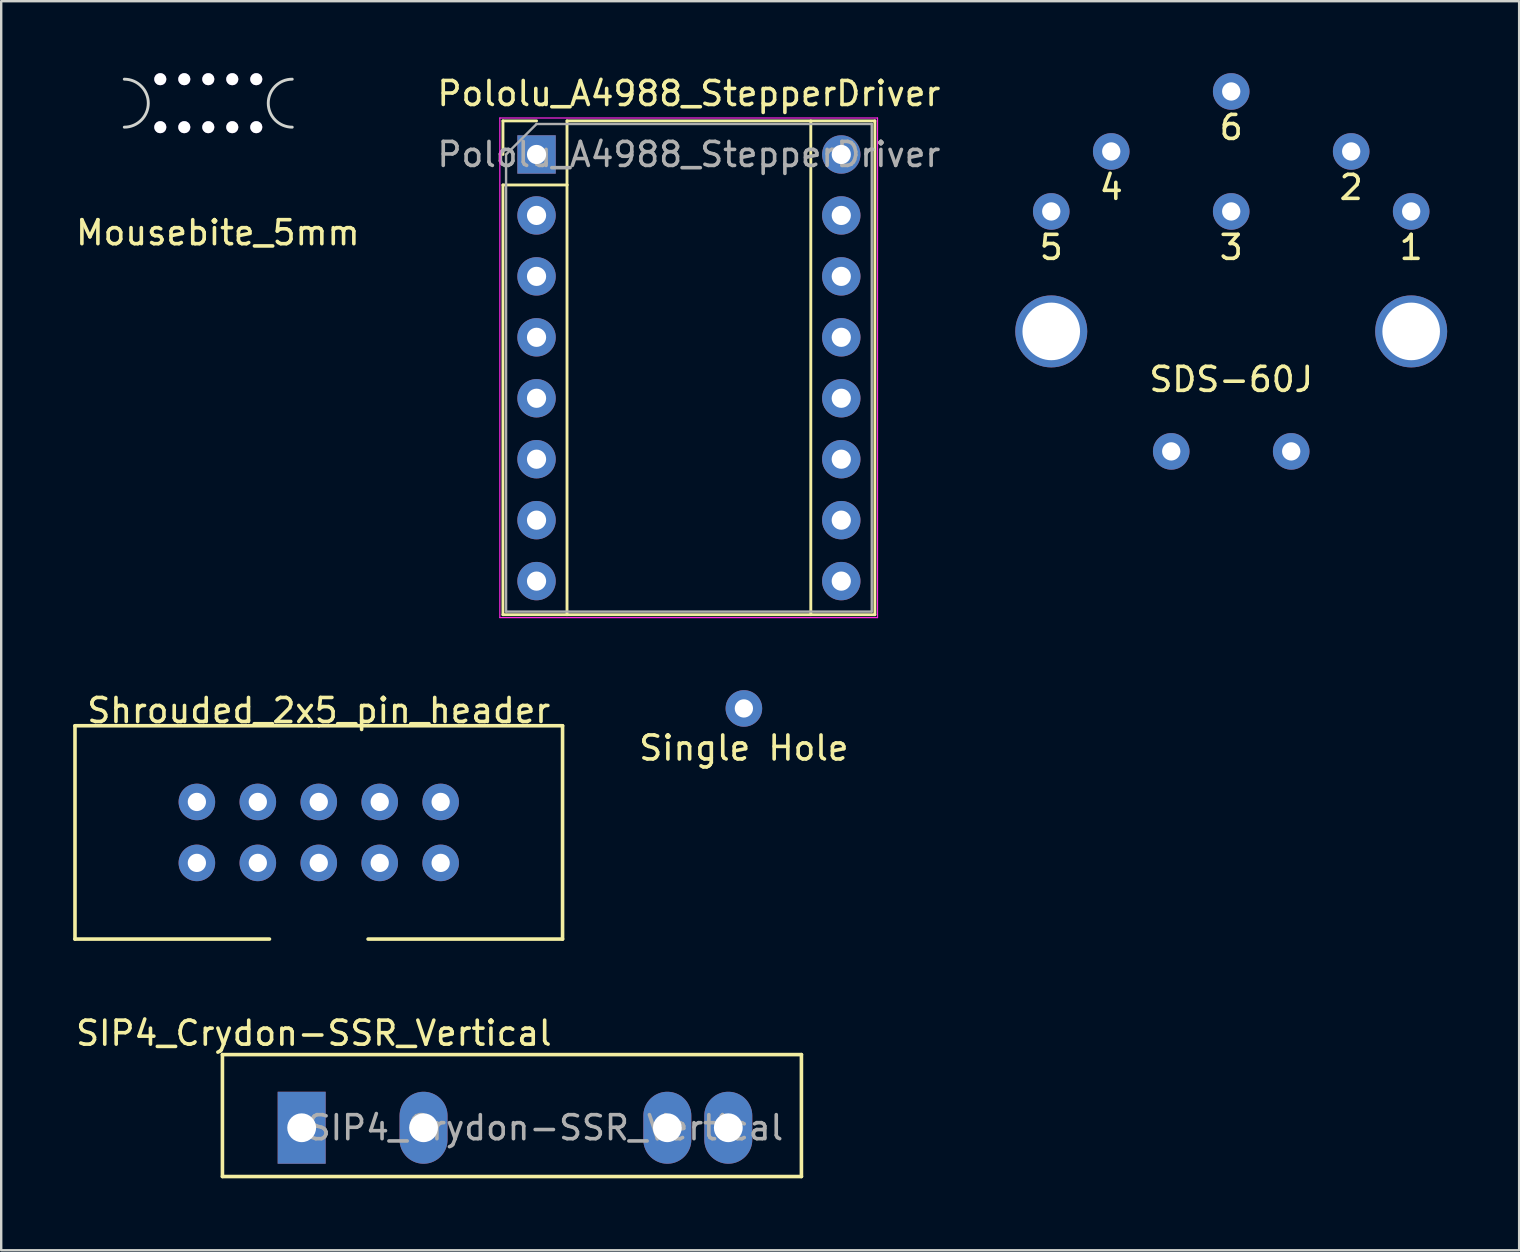
<source format=kicad_pcb>
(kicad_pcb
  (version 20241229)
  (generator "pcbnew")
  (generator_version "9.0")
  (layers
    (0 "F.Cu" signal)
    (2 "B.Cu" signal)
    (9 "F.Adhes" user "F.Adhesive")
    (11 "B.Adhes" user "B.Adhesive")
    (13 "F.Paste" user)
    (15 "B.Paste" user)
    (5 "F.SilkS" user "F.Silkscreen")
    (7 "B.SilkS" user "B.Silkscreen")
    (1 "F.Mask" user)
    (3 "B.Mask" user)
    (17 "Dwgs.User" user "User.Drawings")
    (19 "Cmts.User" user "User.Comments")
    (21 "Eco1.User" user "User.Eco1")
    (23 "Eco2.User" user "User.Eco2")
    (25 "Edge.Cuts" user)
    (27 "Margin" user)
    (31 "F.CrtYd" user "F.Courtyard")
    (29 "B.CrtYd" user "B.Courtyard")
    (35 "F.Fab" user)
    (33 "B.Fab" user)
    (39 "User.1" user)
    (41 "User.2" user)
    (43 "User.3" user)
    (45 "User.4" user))
  (footprint "Shrouded_2x5_pin_header"
    (layer "F.Cu")
    (at 10.235 31.642)
    (property "Reference" "Shrouded_2x5_pin_header" (at 0 -5.08 0) (layer "F.SilkS") (effects (font (size 1 1) (thickness 0.15))))
    (attr through_hole)
    (fp_line (start -10.16 4.445) (end -10.16 -4.445) (stroke (width 0.15) (type solid)) (layer "F.SilkS"))
    (fp_line (start -2.055 4.445) (end -10.16 4.445) (stroke (width 0.15) (type solid)) (layer "F.SilkS"))
    (fp_line (start 0 -4.445) (end -10.16 -4.445) (stroke (width 0.15) (type solid)) (layer "F.SilkS"))
    (fp_line (start 0 -4.445) (end 10.16 -4.445) (stroke (width 0.15) (type solid)) (layer "F.SilkS"))
    (fp_line (start 10.16 -4.445) (end 10.16 4.445) (stroke (width 0.15) (type solid)) (layer "F.SilkS"))
    (fp_line (start 10.16 4.445) (end 2.055 4.445) (stroke (width 0.15) (type solid)) (layer "F.SilkS"))
    (pad "1" thru_hole circle (at -5.08 1.27) (size 1.524 1.524) (drill 0.762) (layers "*.Cu" "*.Mask"))
    (pad "2" thru_hole circle (at -5.08 -1.27) (size 1.524 1.524) (drill 0.762) (layers "*.Cu" "*.Mask"))
    (pad "3" thru_hole circle (at -2.54 1.27) (size 1.524 1.524) (drill 0.762) (layers "*.Cu" "*.Mask"))
    (pad "4" thru_hole circle (at -2.54 -1.27) (size 1.524 1.524) (drill 0.762) (layers "*.Cu" "*.Mask"))
    (pad "5" thru_hole circle (at 0 1.27) (size 1.524 1.524) (drill 0.762) (layers "*.Cu" "*.Mask"))
    (pad "6" thru_hole circle (at 0 -1.27) (size 1.524 1.524) (drill 0.762) (layers "*.Cu" "*.Mask"))
    (pad "7" thru_hole circle (at 2.54 1.27) (size 1.524 1.524) (drill 0.762) (layers "*.Cu" "*.Mask"))
    (pad "8" thru_hole circle (at 2.54 -1.27) (size 1.524 1.524) (drill 0.762) (layers "*.Cu" "*.Mask"))
    (pad "9" thru_hole circle (at 5.08 1.27) (size 1.524 1.524) (drill 0.762) (layers "*.Cu" "*.Mask"))
    (pad "10" thru_hole circle (at 5.08 -1.27) (size 1.524 1.524) (drill 0.762) (layers "*.Cu" "*.Mask")))
  (footprint "Single Hole"
    (layer "F.Cu")
    (at 27.952 26.475)
    (property "Reference" "Single Hole" (at 0 1.65 0) (layer "F.SilkS") (effects (font (size 1 1) (thickness 0.15))))
    (attr through_hole)
    (pad "1" thru_hole circle (at 0 0) (size 1.524 1.524) (drill 0.762) (layers "*.Cu" "*.Mask")))
  (footprint "SIP4_Crydon-SSR_Vertical"
    (layer "F.Cu")
    (at 9.522 43.95)
    (property "Reference" "SIP4_Crydon-SSR_Vertical" (at 0.508 -3.94 0) (layer "F.SilkS") (effects (font (size 1 1) (thickness 0.15))))
    (attr through_hole)
    (fp_line (start -3.302 -3.048) (end -3.302 2.032) (stroke (width 0.15) (type solid)) (layer "F.SilkS"))
    (fp_line (start -3.302 -3.048) (end 20.828 -3.048) (stroke (width 0.15) (type solid)) (layer "F.SilkS"))
    (fp_line (start 20.828 -3.048) (end 20.828 2.032) (stroke (width 0.15) (type solid)) (layer "F.SilkS"))
    (fp_line (start 20.828 2.032) (end -3.302 2.032) (stroke (width 0.15) (type solid)) (layer "F.SilkS"))
    (fp_text user "${REFERENCE}" (at 10.16 0 0) (layer "F.Fab") (effects (font (size 1 1) (thickness 0.15))))
    (pad "1" thru_hole rect (at 0 0) (size 2 3) (drill 1.2) (layers "*.Cu" "*.Mask"))
    (pad "2" thru_hole oval (at 5.08 0) (size 2 3) (drill 1.2) (layers "*.Cu" "*.Mask"))
    (pad "3" thru_hole oval (at 15.24 0) (size 2 3) (drill 1.2) (layers "*.Cu" "*.Mask"))
    (pad "4" thru_hole oval (at 17.78 0) (size 2 3) (drill 1.2) (layers "*.Cu" "*.Mask")))
  (footprint "SDS-60J"
    (layer "F.Cu")
    (at 48.262 10.762)
    (property "Reference" "SDS-60J" (at 0 2 0) (layer "F.SilkS") (effects (font (size 1 1) (thickness 0.15))))
    (attr through_hole)
    (fp_text user "3" (at 0 -3.5 0) (layer "F.SilkS") (effects (font (size 1 1) (thickness 0.15))))
    (fp_text user "2" (at 5 -6 0) (layer "F.SilkS") (effects (font (size 1 1) (thickness 0.15))))
    (fp_text user "5" (at -7.5 -3.5 0) (layer "F.SilkS") (effects (font (size 1 1) (thickness 0.15))))
    (fp_text user "6" (at 0 -8.5 0) (layer "F.SilkS") (effects (font (size 1 1) (thickness 0.15))))
    (fp_text user "1" (at 7.5 -3.5 0) (layer "F.SilkS") (effects (font (size 1 1) (thickness 0.15))))
    (fp_text user "4" (at -5 -6 0) (layer "F.SilkS") (effects (font (size 1 1) (thickness 0.15))))
    (pad "" thru_hole circle (at -7.5 0) (size 3 3) (drill 2.4) (layers "*.Cu" "*.Mask"))
    (pad "" thru_hole circle (at -2.5 5) (size 1.524 1.524) (drill 0.762) (layers "*.Cu" "*.Mask"))
    (pad "" thru_hole circle (at 2.5 5) (size 1.524 1.524) (drill 0.762) (layers "*.Cu" "*.Mask"))
    (pad "" thru_hole circle (at 7.5 0 180) (size 3 3) (drill 2.4) (layers "*.Cu" "*.Mask"))
    (pad "1" thru_hole circle (at 7.5 -5) (size 1.524 1.524) (drill 0.762) (layers "*.Cu" "*.Mask"))
    (pad "2" thru_hole circle (at 5 -7.5) (size 1.524 1.524) (drill 0.762) (layers "*.Cu" "*.Mask"))
    (pad "3" thru_hole circle (at 0 -5) (size 1.524 1.524) (drill 0.762) (layers "*.Cu" "*.Mask"))
    (pad "4" thru_hole circle (at -5 -7.5) (size 1.524 1.524) (drill 0.762) (layers "*.Cu" "*.Mask"))
    (pad "5" thru_hole circle (at -7.5 -5) (size 1.524 1.524) (drill 0.762) (layers "*.Cu" "*.Mask"))
    (pad "6" thru_hole circle (at 0 -10) (size 1.524 1.524) (drill 0.762) (layers "*.Cu" "*.Mask")))
  (footprint "Pololu_A4988_StepperDriver"
    (layer "F.Cu")
    (at 19.311 3.388)
    (property "Reference" "Pololu_A4988_StepperDriver" (at 6.35 -2.54 0) (layer "F.SilkS") (effects (font (size 1 1) (thickness 0.15))))
    (attr through_hole)
    (fp_line (start -1.4 -1.4) (end -1.4 0) (stroke (width 0.12) (type solid)) (layer "F.SilkS"))
    (fp_line (start -1.4 1.27) (end -1.4 19.18) (stroke (width 0.12) (type solid)) (layer "F.SilkS"))
    (fp_line (start -1.4 19.18) (end 14.1 19.18) (stroke (width 0.12) (type solid)) (layer "F.SilkS"))
    (fp_line (start 0 -1.4) (end -1.4 -1.4) (stroke (width 0.12) (type solid)) (layer "F.SilkS"))
    (fp_line (start 1.27 -1.4) (end 1.27 1.27) (stroke (width 0.12) (type solid)) (layer "F.SilkS"))
    (fp_line (start 1.27 1.27) (end -1.4 1.27) (stroke (width 0.12) (type solid)) (layer "F.SilkS"))
    (fp_line (start 1.27 1.27) (end 1.27 19.18) (stroke (width 0.12) (type solid)) (layer "F.SilkS"))
    (fp_line (start 11.43 -1.4) (end 11.43 19.18) (stroke (width 0.12) (type solid)) (layer "F.SilkS"))
    (fp_line (start 14.1 -1.4) (end 1.27 -1.4) (stroke (width 0.12) (type solid)) (layer "F.SilkS"))
    (fp_line (start 14.1 19.18) (end 14.1 -1.4) (stroke (width 0.12) (type solid)) (layer "F.SilkS"))
    (fp_line (start -1.53 -1.52) (end -1.53 19.3) (stroke (width 0.05) (type solid)) (layer "F.CrtYd"))
    (fp_line (start -1.53 -1.52) (end 14.21 -1.52) (stroke (width 0.05) (type solid)) (layer "F.CrtYd"))
    (fp_line (start 14.21 19.3) (end -1.53 19.3) (stroke (width 0.05) (type solid)) (layer "F.CrtYd"))
    (fp_line (start 14.21 19.3) (end 14.21 -1.52) (stroke (width 0.05) (type solid)) (layer "F.CrtYd"))
    (fp_line (start -1.27 0) (end 0 -1.27) (stroke (width 0.1) (type solid)) (layer "F.Fab"))
    (fp_line (start -1.27 19.05) (end -1.27 0) (stroke (width 0.1) (type solid)) (layer "F.Fab"))
    (fp_line (start 0 -1.27) (end 13.97 -1.27) (stroke (width 0.1) (type solid)) (layer "F.Fab"))
    (fp_line (start 13.97 -1.27) (end 13.97 19.05) (stroke (width 0.1) (type solid)) (layer "F.Fab"))
    (fp_line (start 13.97 19.05) (end -1.27 19.05) (stroke (width 0.1) (type solid)) (layer "F.Fab"))
    (fp_text user "${REFERENCE}" (at 6.35 0 0) (layer "F.Fab") (effects (font (size 1 1) (thickness 0.15))))
    (pad "1" thru_hole rect (at 0 0) (size 1.6 1.6) (drill 0.8) (layers "*.Cu" "*.Mask"))
    (pad "2" thru_hole oval (at 0 2.54) (size 1.6 1.6) (drill 0.8) (layers "*.Cu" "*.Mask"))
    (pad "3" thru_hole oval (at 0 5.08) (size 1.6 1.6) (drill 0.8) (layers "*.Cu" "*.Mask"))
    (pad "4" thru_hole oval (at 0 7.62) (size 1.6 1.6) (drill 0.8) (layers "*.Cu" "*.Mask"))
    (pad "5" thru_hole oval (at 0 10.16) (size 1.6 1.6) (drill 0.8) (layers "*.Cu" "*.Mask"))
    (pad "6" thru_hole oval (at 0 12.7) (size 1.6 1.6) (drill 0.8) (layers "*.Cu" "*.Mask"))
    (pad "7" thru_hole oval (at 0 15.24) (size 1.6 1.6) (drill 0.8) (layers "*.Cu" "*.Mask"))
    (pad "8" thru_hole oval (at 0 17.78) (size 1.6 1.6) (drill 0.8) (layers "*.Cu" "*.Mask"))
    (pad "9" thru_hole oval (at 12.7 17.78) (size 1.6 1.6) (drill 0.8) (layers "*.Cu" "*.Mask"))
    (pad "10" thru_hole oval (at 12.7 15.24) (size 1.6 1.6) (drill 0.8) (layers "*.Cu" "*.Mask"))
    (pad "11" thru_hole oval (at 12.7 12.7) (size 1.6 1.6) (drill 0.8) (layers "*.Cu" "*.Mask"))
    (pad "12" thru_hole oval (at 12.7 10.16) (size 1.6 1.6) (drill 0.8) (layers "*.Cu" "*.Mask"))
    (pad "13" thru_hole oval (at 12.7 7.62) (size 1.6 1.6) (drill 0.8) (layers "*.Cu" "*.Mask"))
    (pad "14" thru_hole oval (at 12.7 5.08) (size 1.6 1.6) (drill 0.8) (layers "*.Cu" "*.Mask"))
    (pad "15" thru_hole oval (at 12.7 2.54) (size 1.6 1.6) (drill 0.8) (layers "*.Cu" "*.Mask"))
    (pad "16" thru_hole oval (at 12.7 0) (size 1.6 1.6) (drill 0.8) (layers "*.Cu" "*.Mask")))
  (footprint "Mousebite_5mm"
    (layer "F.Cu")
    (at 5.63 1.25)
    (property "Reference" "Mousebite_5mm" (at 0.4 5.4 0) (layer "F.SilkS") (effects (font (size 1 1) (thickness 0.15))))
    (attr through_hole)
    (fp_arc (start -3.5 -1) (mid -2.5 0) (end -3.5 1) (stroke (width 0.12) (type solid)) (layer "Edge.Cuts"))
    (fp_arc (start 3.5 1) (mid 2.5 0) (end 3.5 -1) (stroke (width 0.12) (type solid)) (layer "Edge.Cuts"))
    (pad "" thru_hole circle (at -2 -1) (size 0.5 0.5) (drill 0.5) (layers "*.Cu" "*.Mask"))
    (pad "" thru_hole circle (at -2 1 180) (size 0.5 0.5) (drill 0.5) (layers "*.Cu" "*.Mask"))
    (pad "" thru_hole circle (at -1 -1) (size 0.5 0.5) (drill 0.5) (layers "*.Cu" "*.Mask"))
    (pad "" thru_hole circle (at -1 1 180) (size 0.5 0.5) (drill 0.5) (layers "*.Cu" "*.Mask"))
    (pad "" thru_hole circle (at 0 -1) (size 0.5 0.5) (drill 0.5) (layers "*.Cu" "*.Mask"))
    (pad "" thru_hole circle (at 0 1 180) (size 0.5 0.5) (drill 0.5) (layers "*.Cu" "*.Mask"))
    (pad "" thru_hole circle (at 1 -1) (size 0.5 0.5) (drill 0.5) (layers "*.Cu" "*.Mask"))
    (pad "" thru_hole circle (at 1 1 180) (size 0.5 0.5) (drill 0.5) (layers "*.Cu" "*.Mask"))
    (pad "" thru_hole circle (at 2 -1) (size 0.5 0.5) (drill 0.5) (layers "*.Cu" "*.Mask"))
    (pad "" thru_hole circle (at 2 1 180) (size 0.5 0.5) (drill 0.5) (layers "*.Cu" "*.Mask")))
  (gr_rect
    (start -3 -3)
    (end 60.262 49.057)
    (stroke (width 0.1) (type default))
    (fill no)
    (layer "Edge.Cuts")))
</source>
